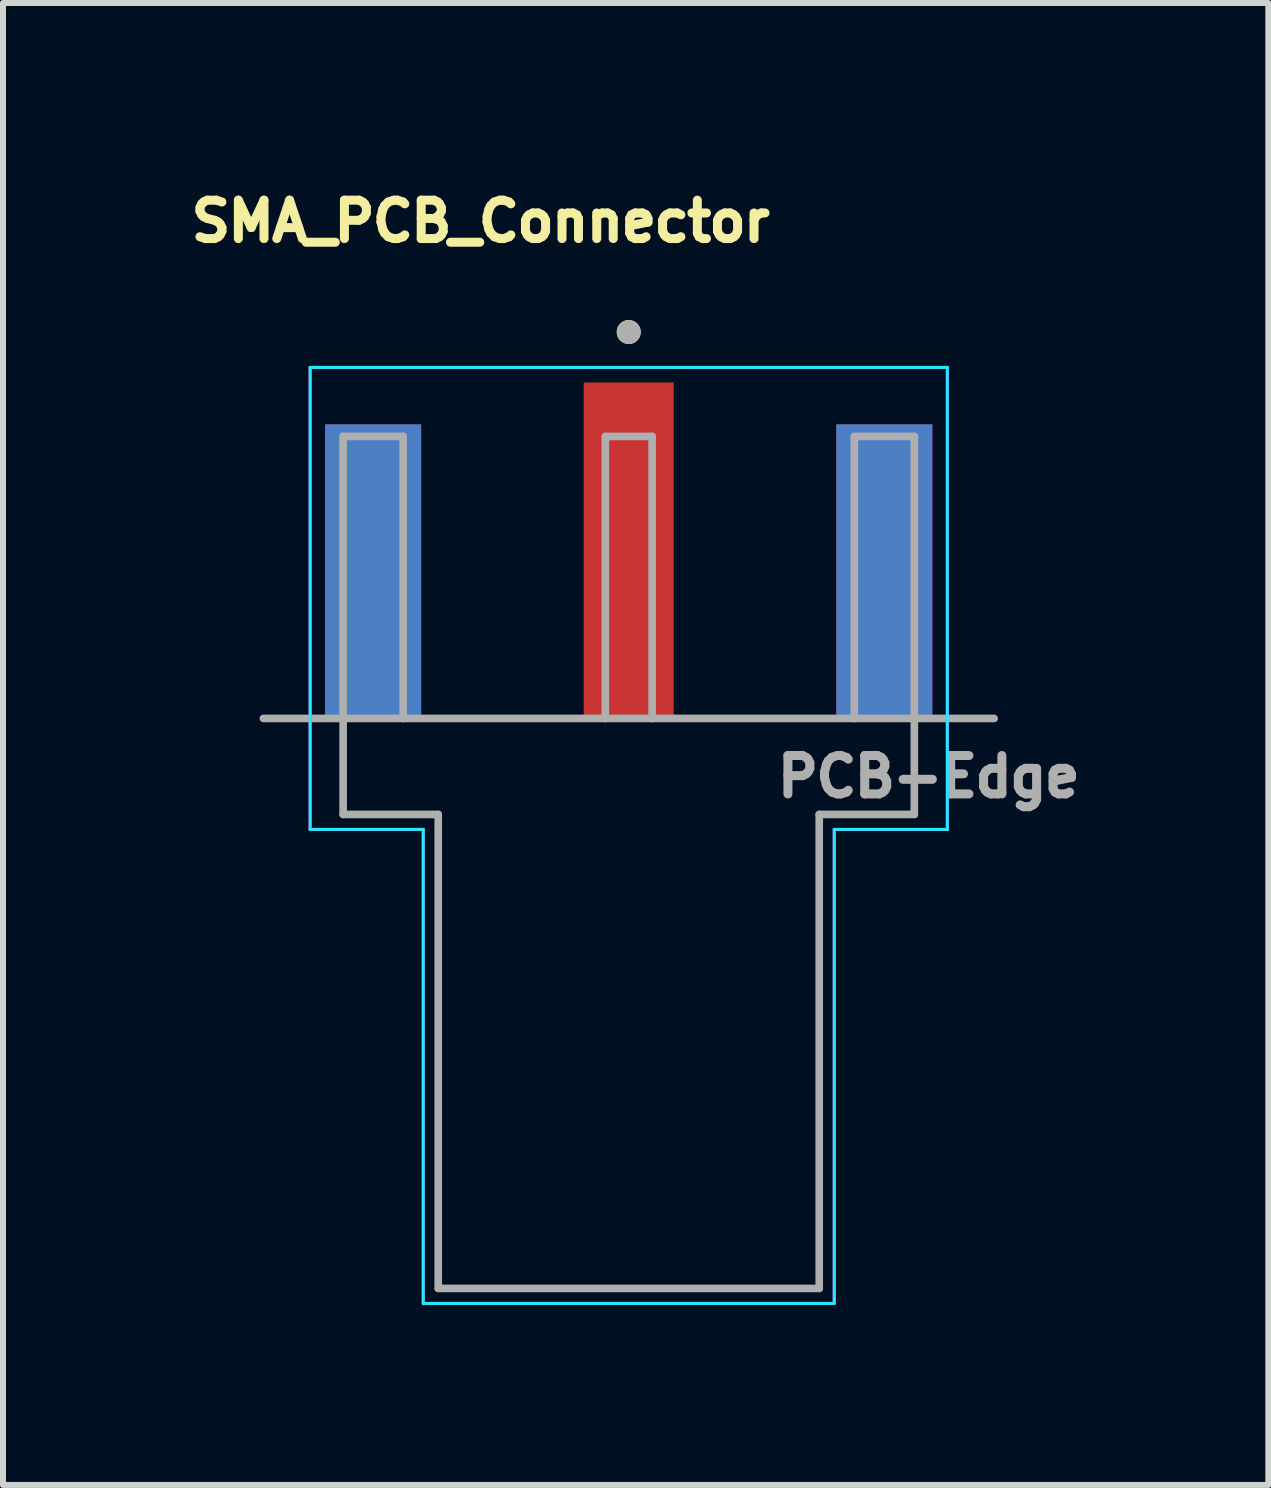
<source format=kicad_pcb>
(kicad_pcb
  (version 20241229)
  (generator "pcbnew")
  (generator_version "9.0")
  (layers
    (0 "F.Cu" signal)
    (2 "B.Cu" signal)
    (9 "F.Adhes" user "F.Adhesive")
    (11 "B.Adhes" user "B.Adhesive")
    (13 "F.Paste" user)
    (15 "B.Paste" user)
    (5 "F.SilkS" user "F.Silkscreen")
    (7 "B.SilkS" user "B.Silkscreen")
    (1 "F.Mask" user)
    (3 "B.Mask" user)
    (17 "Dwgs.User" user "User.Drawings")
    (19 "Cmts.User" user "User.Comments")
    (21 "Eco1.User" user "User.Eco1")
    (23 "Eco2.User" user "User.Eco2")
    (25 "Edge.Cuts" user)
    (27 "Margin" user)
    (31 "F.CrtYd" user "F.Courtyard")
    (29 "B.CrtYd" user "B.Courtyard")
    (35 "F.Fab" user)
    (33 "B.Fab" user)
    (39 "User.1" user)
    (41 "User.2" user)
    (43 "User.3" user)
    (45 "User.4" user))
  (footprint "SMA_PCB_Connector"
    (layer "F.Cu")
    (at 7.429 8.924)
    (property "Reference" "SMA_PCB_Connector" (at -2.468 -8.286 0) (layer "F.SilkS") (effects (font (size 0.64 0.64) (thickness 0.15))))
    (attr through_hole)
    (fp_circle (center 0 -6.44) (end 0.1 -6.44) (stroke (width 0.2) (type solid)) (fill no) (layer "F.SilkS"))
    (fp_line (start -5.31 -5.85) (end -5.31 1.85) (stroke (width 0.05) (type solid)) (layer "B.CrtYd"))
    (fp_line (start -5.31 1.85) (end -3.425 1.85) (stroke (width 0.05) (type solid)) (layer "B.CrtYd"))
    (fp_line (start -3.425 1.85) (end -3.425 9.75) (stroke (width 0.05) (type solid)) (layer "B.CrtYd"))
    (fp_line (start -3.425 9.75) (end 3.425 9.75) (stroke (width 0.05) (type solid)) (layer "B.CrtYd"))
    (fp_line (start 3.425 1.85) (end 3.425 9.75) (stroke (width 0.05) (type solid)) (layer "B.CrtYd"))
    (fp_line (start 5.31 -5.85) (end -5.31 -5.85) (stroke (width 0.05) (type solid)) (layer "B.CrtYd"))
    (fp_line (start 5.31 1.85) (end 3.425 1.85) (stroke (width 0.05) (type solid)) (layer "B.CrtYd"))
    (fp_line (start 5.31 1.85) (end 5.31 -5.85) (stroke (width 0.05) (type solid)) (layer "B.CrtYd"))
    (fp_line (start -5.31 -5.85) (end -5.31 1.85) (stroke (width 0.05) (type solid)) (layer "F.CrtYd"))
    (fp_line (start -5.31 1.85) (end -3.425 1.85) (stroke (width 0.05) (type solid)) (layer "F.CrtYd"))
    (fp_line (start -3.425 1.85) (end -3.425 9.75) (stroke (width 0.05) (type solid)) (layer "F.CrtYd"))
    (fp_line (start -3.425 9.75) (end 3.425 9.75) (stroke (width 0.05) (type solid)) (layer "F.CrtYd"))
    (fp_line (start 3.425 1.85) (end 3.425 9.75) (stroke (width 0.05) (type solid)) (layer "F.CrtYd"))
    (fp_line (start 5.31 -5.85) (end -5.31 -5.85) (stroke (width 0.05) (type solid)) (layer "F.CrtYd"))
    (fp_line (start 5.31 1.85) (end 3.425 1.85) (stroke (width 0.05) (type solid)) (layer "F.CrtYd"))
    (fp_line (start 5.31 1.85) (end 5.31 -5.85) (stroke (width 0.05) (type solid)) (layer "F.CrtYd"))
    (fp_line (start -6.09 0) (end -4.76 0) (stroke (width 0.127) (type solid)) (layer "F.Fab"))
    (fp_line (start -4.76 -4.7) (end -4.76 0) (stroke (width 0.127) (type solid)) (layer "F.Fab"))
    (fp_line (start -4.76 0) (end -3.76 0) (stroke (width 0.127) (type solid)) (layer "F.Fab"))
    (fp_line (start -4.76 1.6) (end -4.76 0) (stroke (width 0.127) (type solid)) (layer "F.Fab"))
    (fp_line (start -3.76 -4.7) (end -4.76 -4.7) (stroke (width 0.127) (type solid)) (layer "F.Fab"))
    (fp_line (start -3.76 0) (end -3.76 -4.7) (stroke (width 0.127) (type solid)) (layer "F.Fab"))
    (fp_line (start -3.76 0) (end -0.39 0) (stroke (width 0.127) (type solid)) (layer "F.Fab"))
    (fp_line (start -3.175 1.6) (end -4.76 1.6) (stroke (width 0.127) (type solid)) (layer "F.Fab"))
    (fp_line (start -3.175 1.6) (end -3.175 9.5) (stroke (width 0.127) (type solid)) (layer "F.Fab"))
    (fp_line (start -3.175 9.5) (end 3.175 9.5) (stroke (width 0.127) (type solid)) (layer "F.Fab"))
    (fp_line (start -0.39 -4.7) (end 0.39 -4.7) (stroke (width 0.127) (type solid)) (layer "F.Fab"))
    (fp_line (start -0.39 0) (end -0.39 -4.7) (stroke (width 0.127) (type solid)) (layer "F.Fab"))
    (fp_line (start -0.39 0) (end 0.39 0) (stroke (width 0.127) (type solid)) (layer "F.Fab"))
    (fp_line (start 0.39 -4.7) (end 0.39 0) (stroke (width 0.127) (type solid)) (layer "F.Fab"))
    (fp_line (start 0.39 0) (end 3.76 0) (stroke (width 0.127) (type solid)) (layer "F.Fab"))
    (fp_line (start 3.175 9.5) (end 3.175 1.6) (stroke (width 0.127) (type solid)) (layer "F.Fab"))
    (fp_line (start 3.76 -4.7) (end 4.76 -4.7) (stroke (width 0.127) (type solid)) (layer "F.Fab"))
    (fp_line (start 3.76 0) (end 3.76 -4.7) (stroke (width 0.127) (type solid)) (layer "F.Fab"))
    (fp_line (start 3.76 0) (end 4.76 0) (stroke (width 0.127) (type solid)) (layer "F.Fab"))
    (fp_line (start 4.76 -4.7) (end 4.76 0) (stroke (width 0.127) (type solid)) (layer "F.Fab"))
    (fp_line (start 4.76 0) (end 4.76 1.6) (stroke (width 0.127) (type solid)) (layer "F.Fab"))
    (fp_line (start 4.76 0) (end 6.09 0) (stroke (width 0.127) (type solid)) (layer "F.Fab"))
    (fp_line (start 4.76 1.6) (end 3.175 1.6) (stroke (width 0.127) (type solid)) (layer "F.Fab"))
    (fp_circle (center 0 -6.44) (end 0.1 -6.44) (stroke (width 0.2) (type solid)) (fill no) (layer "F.Fab"))
    (fp_text user "PCB-Edge" (at 5 0.97 0) (layer "F.Fab") (effects (font (size 0.64 0.64) (thickness 0.15))))
    (pad "1" smd rect (at 0 -2.8) (size 1.5 5.6) (layers "F.Cu" "F.Mask" "F.Paste"))
    (pad "S1" smd rect (at -4.26 -2.45) (size 1.6 4.9) (layers "F.Cu" "F.Mask" "F.Paste"))
    (pad "S2" smd rect (at 4.26 -2.45) (size 1.6 4.9) (layers "F.Cu" "F.Mask" "F.Paste"))
    (pad "S3" smd rect (at -4.26 -2.45) (size 1.6 4.9) (layers "B.Cu" "B.Mask" "B.Paste"))
    (pad "S4" smd rect (at 4.26 -2.45) (size 1.6 4.9) (layers "B.Cu" "B.Mask" "B.Paste")))
  (gr_rect
    (start -3 -3)
    (end 18.089 21.699)
    (stroke (width 0.1) (type default))
    (fill no)
    (layer "Edge.Cuts")))
</source>
